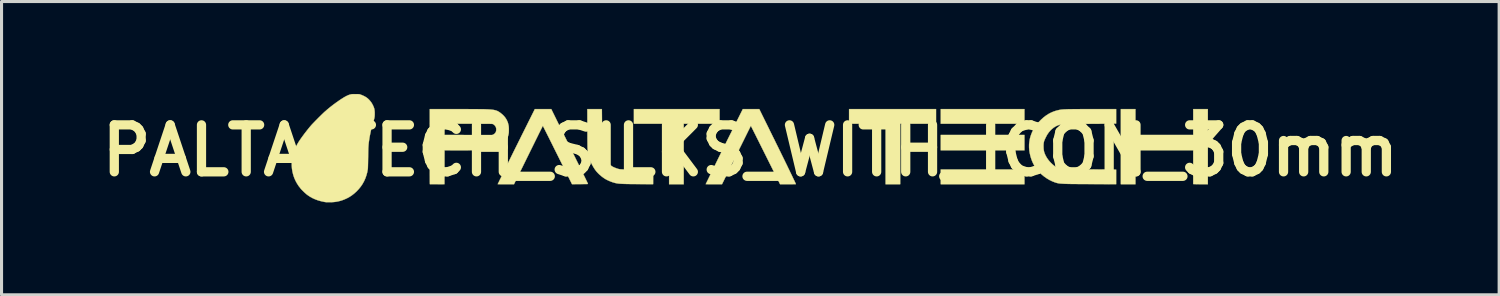
<source format=kicad_pcb>
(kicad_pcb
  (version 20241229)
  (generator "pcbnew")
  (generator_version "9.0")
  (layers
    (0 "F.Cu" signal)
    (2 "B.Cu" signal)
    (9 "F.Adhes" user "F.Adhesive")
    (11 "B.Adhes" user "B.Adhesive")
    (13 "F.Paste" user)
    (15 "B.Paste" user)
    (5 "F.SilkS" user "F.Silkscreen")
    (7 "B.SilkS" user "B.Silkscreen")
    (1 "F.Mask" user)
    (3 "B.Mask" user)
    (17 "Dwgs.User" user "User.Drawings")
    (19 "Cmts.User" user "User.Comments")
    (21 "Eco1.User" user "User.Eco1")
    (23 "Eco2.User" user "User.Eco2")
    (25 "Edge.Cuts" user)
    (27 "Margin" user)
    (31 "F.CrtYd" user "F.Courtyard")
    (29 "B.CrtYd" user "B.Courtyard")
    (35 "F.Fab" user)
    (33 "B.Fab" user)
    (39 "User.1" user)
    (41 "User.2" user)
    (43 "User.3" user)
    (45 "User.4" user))
  (footprint "PALTA_TECH_SILKS_WITH_ICON_30mm"
    (layer "F.Cu")
    (at 21.307 1.838)
    (property "Reference" "PALTA_TECH_SILKS_WITH_ICON_30mm" (at 0 0 0) (layer "F.SilkS") (effects (font (size 1.524 1.524) (thickness 0.3))))
    (attr through_hole)
    (fp_poly (pts (xy 8.898 -0.872) (xy 6.181 -0.872) (xy 6.181 -1.346) (xy 8.898 -1.346) (xy 8.898 -0.872)) (stroke (width 0.01) (type solid)) (fill yes) (layer "F.SilkS"))
    (fp_poly (pts (xy 8.898 -0.008) (xy 6.181 -0.008) (xy 6.181 -0.508) (xy 8.898 -0.508) (xy 8.898 -0.008)) (stroke (width 0.01) (type solid)) (fill yes) (layer "F.SilkS"))
    (fp_poly (pts (xy 8.898 1.092) (xy 6.181 1.092) (xy 6.181 0.614) (xy 8.898 0.614) (xy 8.898 1.092)) (stroke (width 0.01) (type solid)) (fill yes) (layer "F.SilkS"))
    (fp_poly (pts (xy -0.999 -0.872) (xy -2.163 -0.872) (xy -2.163 1.092) (xy -2.637 1.092) (xy -2.637 -0.872) (xy -3.78 -0.872) (xy -3.78 -1.346) (xy -0.999 -1.346) (xy -0.999 -0.872)) (stroke (width 0.01) (type solid)) (fill yes) (layer "F.SilkS"))
    (fp_poly (pts (xy 6.028 -0.872) (xy 4.864 -0.872) (xy 4.864 1.092) (xy 4.39 1.092) (xy 4.39 -0.872) (xy 3.205 -0.872) (xy 3.205 -1.346) (xy 6.028 -1.346) (xy 6.028 -0.872)) (stroke (width 0.01) (type solid)) (fill yes) (layer "F.SilkS"))
    (fp_poly (pts (xy 12.501 -0.508) (xy 14.376 -0.508) (xy 14.376 -1.346) (xy 14.851 -1.346) (xy 14.851 1.092) (xy 14.684 1.092) (xy 14.644 1.092) (xy 14.603 1.092) (xy 14.563 1.092) (xy 14.526 1.091) (xy 14.493 1.091) (xy 14.466 1.09) (xy 14.447 1.089) (xy 14.376 1.087) (xy 14.376 -0.008) (xy 12.501 -0.008) (xy 12.501 1.092) (xy 12.027 1.092) (xy 12.027 -1.346) (xy 12.501 -1.346) (xy 12.501 -0.508)) (stroke (width 0.01) (type solid)) (fill yes) (layer "F.SilkS"))
    (fp_poly (pts (xy -6.16 -0.733) (xy -6.083 -0.577) (xy -6.009 -0.428) (xy -5.938 -0.285) (xy -5.871 -0.149) (xy -5.808 -0.02) (xy -5.748 0.102) (xy -5.691 0.217) (xy -5.638 0.325) (xy -5.588 0.425) (xy -5.542 0.519) (xy -5.5 0.606) (xy -5.461 0.685) (xy -5.426 0.757) (xy -5.394 0.822) (xy -5.366 0.879) (xy -5.342 0.929) (xy -5.321 0.972) (xy -5.304 1.007) (xy -5.299 1.017) (xy -5.288 1.041) (xy -5.28 1.06) (xy -5.274 1.074) (xy -5.273 1.082) (xy -5.273 1.084) (xy -5.278 1.084) (xy -5.29 1.085) (xy -5.31 1.086) (xy -5.336 1.086) (xy -5.367 1.087) (xy -5.403 1.087) (xy -5.443 1.088) (xy -5.486 1.088) (xy -5.532 1.089) (xy -5.533 1.089) (xy -5.789 1.09) (xy -6.261 0.143) (xy -6.303 0.059) (xy -6.344 -0.023) (xy -6.384 -0.103) (xy -6.422 -0.181) (xy -6.459 -0.255) (xy -6.495 -0.326) (xy -6.528 -0.393) (xy -6.56 -0.457) (xy -6.59 -0.516) (xy -6.617 -0.57) (xy -6.642 -0.62) (xy -6.664 -0.664) (xy -6.684 -0.703) (xy -6.701 -0.736) (xy -6.714 -0.763) (xy -6.725 -0.784) (xy -6.732 -0.797) (xy -6.735 -0.804) (xy -6.735 -0.804) (xy -6.738 -0.801) (xy -6.743 -0.79) (xy -6.752 -0.772) (xy -6.764 -0.748) (xy -6.779 -0.718) (xy -6.797 -0.682) (xy -6.817 -0.642) (xy -6.84 -0.596) (xy -6.865 -0.547) (xy -6.891 -0.493) (xy -6.919 -0.436) (xy -6.949 -0.376) (xy -6.98 -0.313) (xy -7.012 -0.248) (xy -7.024 -0.223) (xy -7.06 -0.15) (xy -7.098 -0.073) (xy -7.137 0.005) (xy -7.176 0.085) (xy -7.215 0.164) (xy -7.254 0.243) (xy -7.292 0.321) (xy -7.329 0.396) (xy -7.365 0.469) (xy -7.398 0.537) (xy -7.43 0.601) (xy -7.458 0.658) (xy -7.484 0.71) (xy -7.491 0.725) (xy -7.672 1.092) (xy -7.936 1.092) (xy -7.982 1.092) (xy -8.026 1.092) (xy -8.067 1.092) (xy -8.103 1.092) (xy -8.135 1.092) (xy -8.161 1.091) (xy -8.181 1.091) (xy -8.194 1.091) (xy -8.2 1.091) (xy -8.2 1.091) (xy -8.199 1.089) (xy -8.197 1.083) (xy -8.192 1.074) (xy -8.186 1.06) (xy -8.177 1.043) (xy -8.166 1.021) (xy -8.153 0.993) (xy -8.138 0.961) (xy -8.119 0.924) (xy -8.098 0.881) (xy -8.074 0.831) (xy -8.048 0.776) (xy -8.018 0.715) (xy -7.984 0.647) (xy -7.948 0.572) (xy -7.908 0.489) (xy -7.876 0.425) (xy -7.86 0.393) (xy -7.841 0.353) (xy -7.818 0.307) (xy -7.792 0.255) (xy -7.764 0.197) (xy -7.733 0.135) (xy -7.701 0.069) (xy -7.666 -0.001) (xy -7.63 -0.074) (xy -7.592 -0.15) (xy -7.553 -0.228) (xy -7.514 -0.307) (xy -7.474 -0.386) (xy -7.435 -0.467) (xy -7.395 -0.546) (xy -7.369 -0.598) (xy -6.996 -1.346) (xy -6.462 -1.346) (xy -6.16 -0.733)) (stroke (width 0.01) (type solid)) (fill yes) (layer "F.SilkS"))
    (fp_poly (pts (xy -4.816 -0.996) (xy -4.815 -0.894) (xy -4.814 -0.796) (xy -4.813 -0.702) (xy -4.812 -0.613) (xy -4.811 -0.528) (xy -4.81 -0.449) (xy -4.809 -0.375) (xy -4.808 -0.307) (xy -4.807 -0.246) (xy -4.806 -0.191) (xy -4.804 -0.143) (xy -4.803 -0.102) (xy -4.802 -0.069) (xy -4.801 -0.043) (xy -4.8 -0.03) (xy -4.797 0.011) (xy -4.793 0.045) (xy -4.788 0.074) (xy -4.781 0.101) (xy -4.772 0.127) (xy -4.761 0.154) (xy -4.753 0.172) (xy -4.718 0.239) (xy -4.684 0.299) (xy -4.65 0.352) (xy -4.615 0.398) (xy -4.58 0.438) (xy -4.542 0.473) (xy -4.503 0.502) (xy -4.461 0.528) (xy -4.416 0.549) (xy -4.413 0.55) (xy -4.385 0.561) (xy -4.354 0.573) (xy -4.323 0.584) (xy -4.294 0.593) (xy -4.274 0.598) (xy -4.26 0.601) (xy -4.243 0.604) (xy -4.223 0.607) (xy -4.2 0.609) (xy -4.173 0.61) (xy -4.141 0.612) (xy -4.104 0.613) (xy -4.062 0.614) (xy -4.014 0.615) (xy -3.96 0.615) (xy -3.899 0.615) (xy -3.831 0.615) (xy -3.756 0.615) (xy -3.673 0.615) (xy -3.664 0.615) (xy -3.615 0.614) (xy -3.564 0.614) (xy -3.511 0.614) (xy -3.459 0.615) (xy -3.409 0.615) (xy -3.363 0.615) (xy -3.323 0.616) (xy -3.301 0.616) (xy -3.154 0.619) (xy -3.155 0.855) (xy -3.156 1.09) (xy -3.203 1.09) (xy -3.213 1.09) (xy -3.232 1.09) (xy -3.258 1.09) (xy -3.29 1.09) (xy -3.328 1.09) (xy -3.372 1.09) (xy -3.419 1.089) (xy -3.471 1.089) (xy -3.526 1.089) (xy -3.583 1.088) (xy -3.642 1.088) (xy -3.664 1.088) (xy -3.75 1.087) (xy -3.829 1.086) (xy -3.899 1.086) (xy -3.963 1.085) (xy -4.021 1.084) (xy -4.073 1.082) (xy -4.119 1.081) (xy -4.16 1.079) (xy -4.197 1.077) (xy -4.23 1.075) (xy -4.26 1.073) (xy -4.287 1.07) (xy -4.312 1.066) (xy -4.335 1.063) (xy -4.357 1.058) (xy -4.378 1.054) (xy -4.398 1.049) (xy -4.419 1.043) (xy -4.482 1.024) (xy -4.546 1) (xy -4.608 0.973) (xy -4.667 0.945) (xy -4.72 0.915) (xy -4.731 0.908) (xy -4.783 0.872) (xy -4.837 0.831) (xy -4.889 0.787) (xy -4.938 0.74) (xy -4.982 0.693) (xy -5.004 0.667) (xy -5.039 0.621) (xy -5.074 0.569) (xy -5.108 0.512) (xy -5.14 0.454) (xy -5.152 0.431) (xy -5.178 0.377) (xy -5.201 0.327) (xy -5.22 0.28) (xy -5.235 0.234) (xy -5.248 0.189) (xy -5.259 0.142) (xy -5.267 0.093) (xy -5.274 0.039) (xy -5.28 -0.021) (xy -5.284 -0.07) (xy -5.284 -0.084) (xy -5.285 -0.106) (xy -5.286 -0.136) (xy -5.286 -0.174) (xy -5.287 -0.218) (xy -5.287 -0.27) (xy -5.288 -0.327) (xy -5.289 -0.391) (xy -5.289 -0.461) (xy -5.289 -0.535) (xy -5.29 -0.615) (xy -5.29 -0.7) (xy -5.29 -0.742) (xy -5.292 -1.346) (xy -5.056 -1.346) (xy -4.819 -1.346) (xy -4.816 -0.996)) (stroke (width 0.01) (type solid)) (fill yes) (layer "F.SilkS"))
    (fp_poly (pts (xy 0.022 -1.346) (xy 0.29 -1.346) (xy 0.493 -0.934) (xy 0.55 -0.82) (xy 0.603 -0.712) (xy 0.652 -0.611) (xy 0.699 -0.517) (xy 0.742 -0.429) (xy 0.783 -0.348) (xy 0.82 -0.271) (xy 0.855 -0.2) (xy 0.888 -0.134) (xy 0.918 -0.072) (xy 0.946 -0.015) (xy 0.973 0.039) (xy 0.997 0.089) (xy 1.02 0.136) (xy 1.042 0.18) (xy 1.062 0.221) (xy 1.081 0.26) (xy 1.1 0.298) (xy 1.117 0.334) (xy 1.134 0.368) (xy 1.15 0.402) (xy 1.167 0.435) (xy 1.183 0.469) (xy 1.189 0.48) (xy 1.222 0.55) (xy 1.255 0.617) (xy 1.286 0.682) (xy 1.315 0.742) (xy 1.343 0.799) (xy 1.368 0.852) (xy 1.391 0.901) (xy 1.412 0.945) (xy 1.431 0.983) (xy 1.446 1.016) (xy 1.459 1.043) (xy 1.468 1.063) (xy 1.475 1.077) (xy 1.477 1.083) (xy 1.477 1.084) (xy 1.474 1.088) (xy 1.471 1.09) (xy 1.465 1.09) (xy 1.452 1.091) (xy 1.432 1.091) (xy 1.406 1.091) (xy 1.375 1.092) (xy 1.338 1.092) (xy 1.298 1.092) (xy 1.255 1.092) (xy 1.214 1.092) (xy 0.965 1.092) (xy 0.492 0.144) (xy 0.45 0.06) (xy 0.409 -0.022) (xy 0.369 -0.102) (xy 0.33 -0.18) (xy 0.293 -0.254) (xy 0.258 -0.325) (xy 0.224 -0.392) (xy 0.192 -0.456) (xy 0.163 -0.515) (xy 0.135 -0.57) (xy 0.11 -0.619) (xy 0.088 -0.664) (xy 0.068 -0.703) (xy 0.051 -0.736) (xy 0.038 -0.763) (xy 0.027 -0.784) (xy 0.02 -0.797) (xy 0.017 -0.804) (xy 0.016 -0.804) (xy 0.014 -0.801) (xy 0.009 -0.79) (xy -0.000305 -0.772) (xy -0.013 -0.747) (xy -0.028 -0.716) (xy -0.046 -0.679) (xy -0.068 -0.637) (xy -0.091 -0.589) (xy -0.118 -0.536) (xy -0.146 -0.478) (xy -0.177 -0.416) (xy -0.209 -0.35) (xy -0.244 -0.28) (xy -0.28 -0.207) (xy -0.318 -0.131) (xy -0.357 -0.052) (xy -0.397 0.03) (xy -0.438 0.114) (xy -0.453 0.144) (xy -0.92 1.092) (xy -1.184 1.092) (xy -1.23 1.092) (xy -1.274 1.092) (xy -1.315 1.092) (xy -1.351 1.092) (xy -1.383 1.092) (xy -1.409 1.091) (xy -1.429 1.091) (xy -1.442 1.091) (xy -1.448 1.09) (xy -1.448 1.09) (xy -1.446 1.086) (xy -1.441 1.075) (xy -1.432 1.057) (xy -1.421 1.033) (xy -1.406 1.004) (xy -1.389 0.969) (xy -1.37 0.93) (xy -1.349 0.886) (xy -1.326 0.839) (xy -1.302 0.789) (xy -1.276 0.736) (xy -1.249 0.681) (xy -1.221 0.624) (xy -1.193 0.566) (xy -1.164 0.507) (xy -1.135 0.448) (xy -1.107 0.39) (xy -1.078 0.332) (xy -1.051 0.275) (xy -1.024 0.221) (xy -0.998 0.168) (xy -0.98 0.131) (xy -0.964 0.099) (xy -0.945 0.059) (xy -0.922 0.013) (xy -0.896 -0.038) (xy -0.868 -0.095) (xy -0.838 -0.156) (xy -0.806 -0.22) (xy -0.773 -0.288) (xy -0.738 -0.358) (xy -0.702 -0.43) (xy -0.666 -0.503) (xy -0.629 -0.576) (xy -0.593 -0.65) (xy -0.556 -0.722) (xy -0.552 -0.731) (xy -0.245 -1.346) (xy 0.022 -1.346)) (stroke (width 0.01) (type solid)) (fill yes) (layer "F.SilkS"))
    (fp_poly (pts (xy -9.577 -1.346) (xy -9.491 -1.346) (xy -9.406 -1.346) (xy -9.323 -1.346) (xy -9.242 -1.346) (xy -9.164 -1.346) (xy -9.089 -1.345) (xy -9.018 -1.345) (xy -8.951 -1.345) (xy -8.888 -1.345) (xy -8.831 -1.344) (xy -8.779 -1.344) (xy -8.734 -1.344) (xy -8.695 -1.343) (xy -8.663 -1.343) (xy -8.638 -1.342) (xy -8.623 -1.342) (xy -8.555 -1.339) (xy -8.493 -1.336) (xy -8.439 -1.333) (xy -8.391 -1.328) (xy -8.349 -1.323) (xy -8.311 -1.316) (xy -8.276 -1.308) (xy -8.245 -1.298) (xy -8.216 -1.287) (xy -8.189 -1.274) (xy -8.162 -1.258) (xy -8.136 -1.241) (xy -8.11 -1.222) (xy -8.05 -1.173) (xy -7.999 -1.123) (xy -7.955 -1.069) (xy -7.918 -1.012) (xy -7.888 -0.951) (xy -7.865 -0.886) (xy -7.848 -0.816) (xy -7.844 -0.79) (xy -7.842 -0.77) (xy -7.84 -0.744) (xy -7.839 -0.714) (xy -7.839 -0.682) (xy -7.839 -0.648) (xy -7.84 -0.617) (xy -7.841 -0.589) (xy -7.843 -0.567) (xy -7.844 -0.561) (xy -7.854 -0.51) (xy -7.867 -0.463) (xy -7.885 -0.418) (xy -7.907 -0.374) (xy -7.936 -0.33) (xy -7.97 -0.285) (xy -8.009 -0.239) (xy -8.051 -0.196) (xy -8.091 -0.159) (xy -8.13 -0.128) (xy -8.171 -0.103) (xy -8.215 -0.082) (xy -8.262 -0.065) (xy -8.314 -0.051) (xy -8.372 -0.04) (xy -8.416 -0.034) (xy -8.445 -0.031) (xy -8.476 -0.028) (xy -8.51 -0.025) (xy -8.547 -0.023) (xy -8.587 -0.02) (xy -8.631 -0.018) (xy -8.679 -0.017) (xy -8.732 -0.015) (xy -8.79 -0.014) (xy -8.853 -0.012) (xy -8.922 -0.011) (xy -8.997 -0.01) (xy -9.079 -0.01) (xy -9.168 -0.009) (xy -9.263 -0.009) (xy -9.367 -0.009) (xy -9.479 -0.009) (xy -9.484 -0.009) (xy -9.927 -0.008) (xy -9.928 0.541) (xy -9.929 1.09) (xy -10.165 1.091) (xy -10.208 1.091) (xy -10.25 1.091) (xy -10.288 1.091) (xy -10.322 1.091) (xy -10.351 1.091) (xy -10.374 1.091) (xy -10.391 1.09) (xy -10.401 1.09) (xy -10.403 1.089) (xy -10.403 1.085) (xy -10.403 1.072) (xy -10.403 1.052) (xy -10.404 1.024) (xy -10.404 0.989) (xy -10.404 0.948) (xy -10.404 0.899) (xy -10.404 0.845) (xy -10.405 0.785) (xy -10.405 0.72) (xy -10.405 0.649) (xy -10.405 0.574) (xy -10.405 0.494) (xy -10.405 0.41) (xy -10.405 0.322) (xy -10.405 0.231) (xy -10.405 0.137) (xy -10.406 0.04) (xy -10.406 -0.06) (xy -10.406 -0.13) (xy -10.406 -0.508) (xy -9.927 -0.508) (xy -9.499 -0.507) (xy -9.429 -0.507) (xy -9.355 -0.507) (xy -9.277 -0.506) (xy -9.198 -0.506) (xy -9.118 -0.506) (xy -9.039 -0.506) (xy -8.962 -0.506) (xy -8.889 -0.506) (xy -8.82 -0.506) (xy -8.758 -0.506) (xy -8.725 -0.506) (xy -8.38 -0.506) (xy -8.355 -0.516) (xy -8.321 -0.534) (xy -8.293 -0.558) (xy -8.271 -0.587) (xy -8.259 -0.613) (xy -8.253 -0.635) (xy -8.249 -0.663) (xy -8.249 -0.693) (xy -8.251 -0.722) (xy -8.256 -0.746) (xy -8.27 -0.777) (xy -8.289 -0.807) (xy -8.313 -0.832) (xy -8.341 -0.853) (xy -8.361 -0.862) (xy -8.364 -0.863) (xy -8.367 -0.864) (xy -8.372 -0.865) (xy -8.378 -0.866) (xy -8.385 -0.866) (xy -8.396 -0.867) (xy -8.408 -0.867) (xy -8.424 -0.868) (xy -8.443 -0.868) (xy -8.465 -0.869) (xy -8.492 -0.869) (xy -8.523 -0.869) (xy -8.559 -0.87) (xy -8.6 -0.87) (xy -8.647 -0.87) (xy -8.7 -0.87) (xy -8.758 -0.87) (xy -8.824 -0.871) (xy -8.896 -0.871) (xy -8.976 -0.871) (xy -9.064 -0.871) (xy -9.154 -0.871) (xy -9.927 -0.872) (xy -9.927 -0.508) (xy -10.406 -0.508) (xy -10.406 -1.346) (xy -9.577 -1.346)) (stroke (width 0.01) (type solid)) (fill yes) (layer "F.SilkS"))
    (fp_poly (pts (xy -12.825 -1.832) (xy -12.806 -1.832) (xy -12.694 -1.831) (xy -12.647 -1.815) (xy -12.611 -1.801) (xy -12.573 -1.785) (xy -12.534 -1.766) (xy -12.499 -1.747) (xy -12.468 -1.729) (xy -12.466 -1.727) (xy -12.423 -1.695) (xy -12.381 -1.656) (xy -12.341 -1.611) (xy -12.304 -1.563) (xy -12.273 -1.512) (xy -12.258 -1.484) (xy -12.237 -1.44) (xy -12.221 -1.401) (xy -12.209 -1.363) (xy -12.201 -1.325) (xy -12.196 -1.284) (xy -12.193 -1.24) (xy -12.193 -1.19) (xy -12.193 -1.179) (xy -12.194 -1.152) (xy -12.195 -1.129) (xy -12.196 -1.108) (xy -12.199 -1.09) (xy -12.202 -1.071) (xy -12.206 -1.05) (xy -12.212 -1.028) (xy -12.219 -1.001) (xy -12.228 -0.969) (xy -12.24 -0.93) (xy -12.24 -0.929) (xy -12.268 -0.834) (xy -12.292 -0.745) (xy -12.314 -0.661) (xy -12.332 -0.58) (xy -12.348 -0.5) (xy -12.363 -0.42) (xy -12.375 -0.338) (xy -12.385 -0.27) (xy -12.388 -0.243) (xy -12.391 -0.218) (xy -12.393 -0.192) (xy -12.395 -0.166) (xy -12.397 -0.139) (xy -12.399 -0.109) (xy -12.401 -0.076) (xy -12.402 -0.04) (xy -12.403 0.00004) (xy -12.404 0.046) (xy -12.405 0.097) (xy -12.406 0.155) (xy -12.407 0.22) (xy -12.408 0.26) (xy -12.409 0.325) (xy -12.41 0.382) (xy -12.411 0.432) (xy -12.412 0.474) (xy -12.413 0.51) (xy -12.414 0.54) (xy -12.415 0.564) (xy -12.416 0.583) (xy -12.417 0.597) (xy -12.418 0.603) (xy -12.437 0.707) (xy -12.464 0.806) (xy -12.498 0.902) (xy -12.539 0.994) (xy -12.588 1.083) (xy -12.645 1.167) (xy -12.709 1.246) (xy -12.78 1.322) (xy -12.783 1.325) (xy -12.858 1.393) (xy -12.935 1.453) (xy -13.016 1.506) (xy -13.1 1.551) (xy -13.189 1.59) (xy -13.248 1.612) (xy -13.307 1.631) (xy -13.364 1.645) (xy -13.42 1.657) (xy -13.479 1.666) (xy -13.54 1.672) (xy -13.605 1.675) (xy -13.678 1.676) (xy -13.686 1.676) (xy -13.719 1.676) (xy -13.746 1.675) (xy -13.768 1.674) (xy -13.787 1.672) (xy -13.806 1.67) (xy -13.826 1.667) (xy -13.832 1.665) (xy -13.935 1.643) (xy -14.031 1.616) (xy -14.12 1.584) (xy -14.205 1.546) (xy -14.284 1.503) (xy -14.359 1.454) (xy -14.406 1.419) (xy -14.429 1.399) (xy -14.456 1.375) (xy -14.485 1.348) (xy -14.515 1.319) (xy -14.544 1.29) (xy -14.571 1.263) (xy -14.593 1.238) (xy -14.6 1.23) (xy -14.663 1.149) (xy -14.718 1.064) (xy -14.766 0.975) (xy -14.806 0.884) (xy -14.838 0.789) (xy -14.862 0.692) (xy -14.879 0.593) (xy -14.887 0.492) (xy -14.887 0.394) (xy -14.885 0.353) (xy -14.883 0.319) (xy -14.879 0.287) (xy -14.875 0.256) (xy -14.87 0.223) (xy -14.863 0.188) (xy -14.841 0.099) (xy -14.81 0.009) (xy -14.772 -0.083) (xy -14.725 -0.175) (xy -14.67 -0.27) (xy -14.663 -0.281) (xy -14.629 -0.333) (xy -14.59 -0.39) (xy -14.547 -0.45) (xy -14.501 -0.512) (xy -14.454 -0.575) (xy -14.405 -0.638) (xy -14.357 -0.698) (xy -14.311 -0.755) (xy -14.266 -0.808) (xy -14.245 -0.832) (xy -14.227 -0.852) (xy -14.204 -0.876) (xy -14.176 -0.905) (xy -14.145 -0.937) (xy -14.111 -0.972) (xy -14.075 -1.008) (xy -14.039 -1.045) (xy -14.002 -1.082) (xy -13.965 -1.118) (xy -13.93 -1.153) (xy -13.898 -1.184) (xy -13.868 -1.213) (xy -13.843 -1.237) (xy -13.822 -1.256) (xy -13.822 -1.256) (xy -13.734 -1.333) (xy -13.644 -1.407) (xy -13.551 -1.48) (xy -13.453 -1.552) (xy -13.349 -1.625) (xy -13.313 -1.65) (xy -13.249 -1.691) (xy -13.192 -1.727) (xy -13.139 -1.757) (xy -13.091 -1.781) (xy -13.046 -1.801) (xy -13.005 -1.815) (xy -12.967 -1.825) (xy -12.949 -1.829) (xy -12.931 -1.831) (xy -12.904 -1.832) (xy -12.868 -1.833) (xy -12.825 -1.832)) (stroke (width 0.01) (type solid)) (fill yes) (layer "F.SilkS"))
    (fp_poly (pts (xy 11.874 -0.877) (xy 11.738 -0.875) (xy 11.713 -0.874) (xy 11.68 -0.874) (xy 11.64 -0.873) (xy 11.595 -0.873) (xy 11.545 -0.872) (xy 11.491 -0.872) (xy 11.434 -0.871) (xy 11.375 -0.871) (xy 11.315 -0.87) (xy 11.255 -0.87) (xy 11.22 -0.87) (xy 11.098 -0.869) (xy 10.983 -0.868) (xy 10.876 -0.867) (xy 10.778 -0.866) (xy 10.687 -0.866) (xy 10.603 -0.865) (xy 10.527 -0.864) (xy 10.458 -0.863) (xy 10.395 -0.862) (xy 10.34 -0.861) (xy 10.29 -0.861) (xy 10.247 -0.86) (xy 10.21 -0.859) (xy 10.179 -0.858) (xy 10.154 -0.857) (xy 10.134 -0.856) (xy 10.119 -0.854) (xy 10.109 -0.853) (xy 10.109 -0.853) (xy 10.04 -0.838) (xy 9.972 -0.815) (xy 9.908 -0.784) (xy 9.846 -0.745) (xy 9.788 -0.699) (xy 9.734 -0.646) (xy 9.684 -0.586) (xy 9.646 -0.532) (xy 9.634 -0.512) (xy 9.62 -0.487) (xy 9.605 -0.458) (xy 9.589 -0.427) (xy 9.574 -0.396) (xy 9.56 -0.366) (xy 9.548 -0.339) (xy 9.54 -0.316) (xy 9.536 -0.307) (xy 9.528 -0.276) (xy 9.522 -0.242) (xy 9.519 -0.206) (xy 9.517 -0.164) (xy 9.518 -0.116) (xy 9.518 -0.11) (xy 9.52 -0.06) (xy 9.525 -0.017) (xy 9.532 0.023) (xy 9.543 0.062) (xy 9.557 0.101) (xy 9.575 0.143) (xy 9.588 0.168) (xy 9.621 0.227) (xy 9.661 0.286) (xy 9.707 0.344) (xy 9.758 0.399) (xy 9.812 0.45) (xy 9.867 0.496) (xy 9.924 0.536) (xy 9.939 0.545) (xy 9.984 0.569) (xy 10.028 0.586) (xy 10.073 0.597) (xy 10.121 0.603) (xy 10.122 0.603) (xy 10.13 0.603) (xy 10.146 0.604) (xy 10.17 0.604) (xy 10.201 0.604) (xy 10.238 0.605) (xy 10.281 0.605) (xy 10.33 0.606) (xy 10.385 0.606) (xy 10.443 0.607) (xy 10.507 0.607) (xy 10.574 0.608) (xy 10.644 0.608) (xy 10.717 0.609) (xy 10.792 0.609) (xy 10.858 0.61) (xy 10.938 0.61) (xy 11.016 0.611) (xy 11.094 0.611) (xy 11.17 0.612) (xy 11.243 0.612) (xy 11.314 0.613) (xy 11.381 0.613) (xy 11.444 0.614) (xy 11.503 0.614) (xy 11.556 0.615) (xy 11.604 0.615) (xy 11.645 0.616) (xy 11.679 0.616) (xy 11.705 0.616) (xy 11.717 0.617) (xy 11.874 0.619) (xy 11.874 1.092) (xy 11.797 1.091) (xy 11.784 1.091) (xy 11.764 1.091) (xy 11.735 1.091) (xy 11.7 1.091) (xy 11.659 1.091) (xy 11.611 1.09) (xy 11.558 1.09) (xy 11.5 1.09) (xy 11.438 1.089) (xy 11.372 1.089) (xy 11.303 1.089) (xy 11.231 1.089) (xy 11.156 1.088) (xy 11.08 1.088) (xy 11.028 1.088) (xy 10.919 1.087) (xy 10.819 1.087) (xy 10.726 1.086) (xy 10.641 1.086) (xy 10.562 1.085) (xy 10.49 1.084) (xy 10.425 1.084) (xy 10.365 1.083) (xy 10.311 1.082) (xy 10.261 1.08) (xy 10.217 1.079) (xy 10.177 1.077) (xy 10.141 1.075) (xy 10.108 1.073) (xy 10.079 1.071) (xy 10.053 1.069) (xy 10.029 1.066) (xy 10.007 1.063) (xy 9.987 1.059) (xy 9.969 1.055) (xy 9.951 1.051) (xy 9.934 1.046) (xy 9.918 1.041) (xy 9.901 1.036) (xy 9.886 1.031) (xy 9.797 0.996) (xy 9.71 0.954) (xy 9.626 0.904) (xy 9.545 0.848) (xy 9.469 0.787) (xy 9.398 0.72) (xy 9.332 0.648) (xy 9.273 0.572) (xy 9.221 0.493) (xy 9.22 0.491) (xy 9.179 0.415) (xy 9.143 0.333) (xy 9.112 0.249) (xy 9.087 0.161) (xy 9.068 0.073) (xy 9.054 -0.015) (xy 9.048 -0.102) (xy 9.048 -0.186) (xy 9.05 -0.22) (xy 9.06 -0.302) (xy 9.073 -0.379) (xy 9.092 -0.452) (xy 9.116 -0.524) (xy 9.146 -0.597) (xy 9.167 -0.641) (xy 9.201 -0.705) (xy 9.236 -0.765) (xy 9.276 -0.822) (xy 9.32 -0.878) (xy 9.369 -0.933) (xy 9.425 -0.991) (xy 9.451 -1.016) (xy 9.525 -1.082) (xy 9.601 -1.139) (xy 9.678 -1.189) (xy 9.759 -1.231) (xy 9.843 -1.267) (xy 9.932 -1.296) (xy 10.018 -1.317) (xy 10.034 -1.32) (xy 10.05 -1.323) (xy 10.067 -1.326) (xy 10.085 -1.328) (xy 10.104 -1.331) (xy 10.125 -1.333) (xy 10.148 -1.335) (xy 10.173 -1.336) (xy 10.201 -1.338) (xy 10.232 -1.339) (xy 10.266 -1.341) (xy 10.305 -1.342) (xy 10.347 -1.343) (xy 10.394 -1.343) (xy 10.446 -1.344) (xy 10.504 -1.345) (xy 10.567 -1.345) (xy 10.636 -1.345) (xy 10.712 -1.346) (xy 10.795 -1.346) (xy 10.884 -1.346) (xy 10.982 -1.346) (xy 11.087 -1.346) (xy 11.133 -1.346) (xy 11.874 -1.346) (xy 11.874 -0.877)) (stroke (width 0.01) (type solid)) (fill yes) (layer "F.SilkS")))
  (gr_rect
    (start -3 -3)
    (end 45.614 6.519)
    (stroke (width 0.1) (type default))
    (fill no)
    (layer "Edge.Cuts")))
</source>
